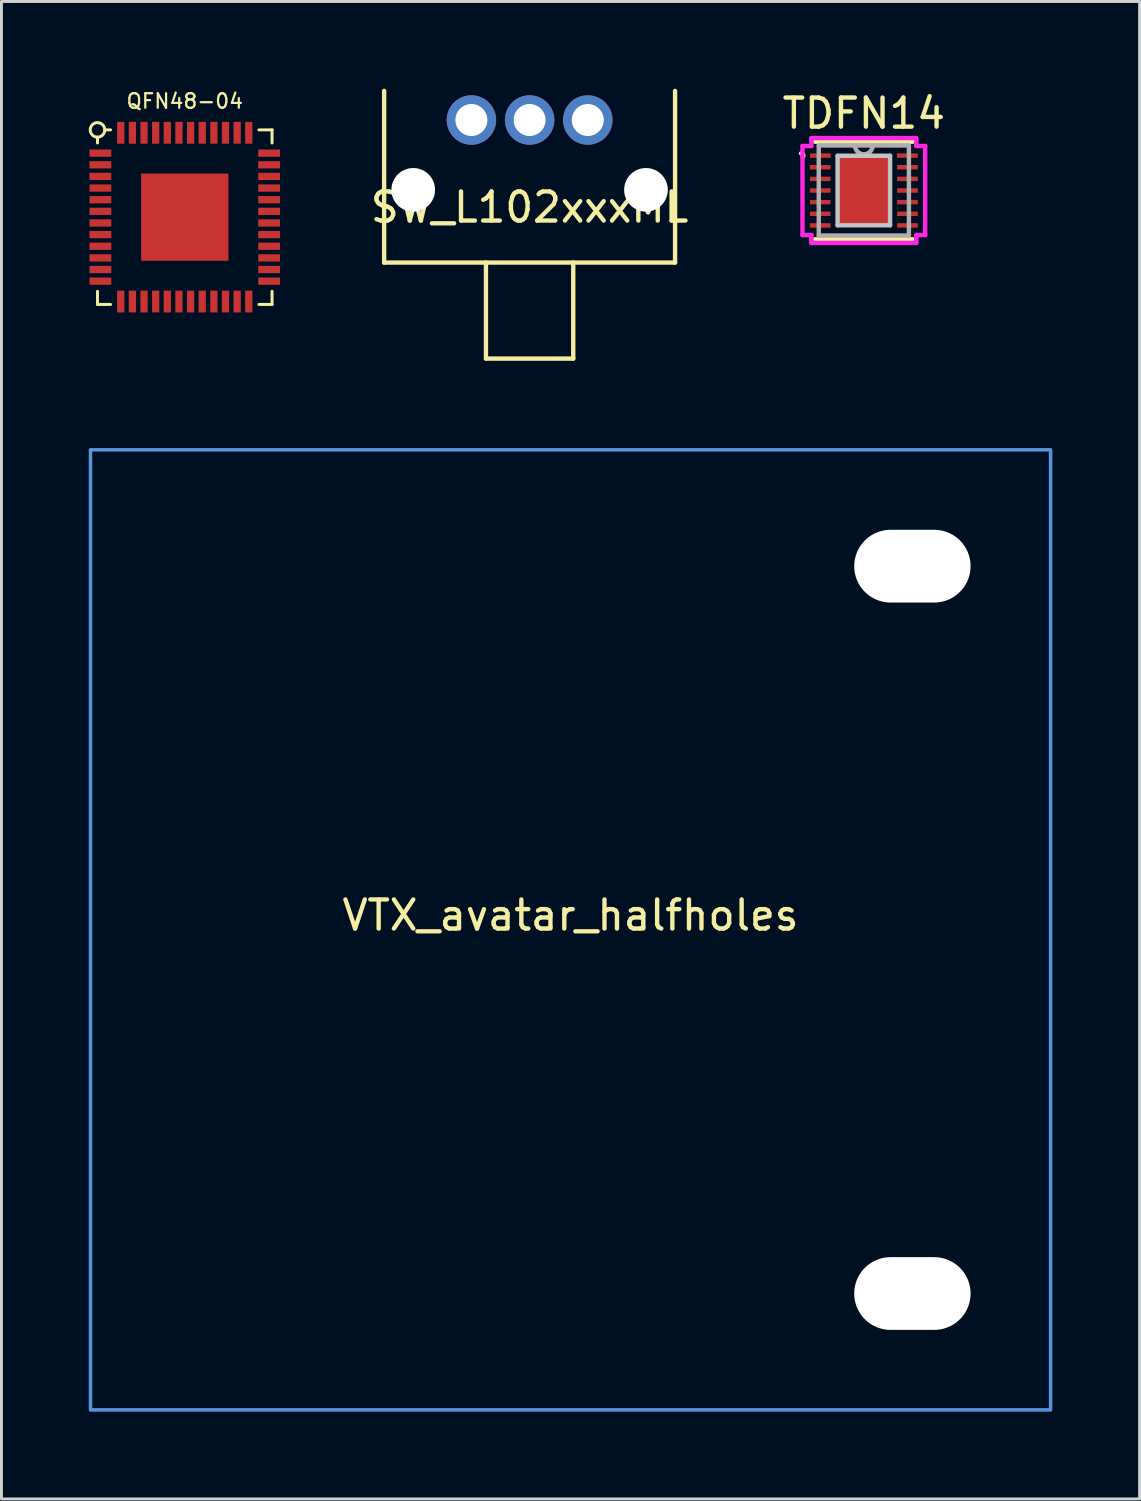
<source format=kicad_pcb>
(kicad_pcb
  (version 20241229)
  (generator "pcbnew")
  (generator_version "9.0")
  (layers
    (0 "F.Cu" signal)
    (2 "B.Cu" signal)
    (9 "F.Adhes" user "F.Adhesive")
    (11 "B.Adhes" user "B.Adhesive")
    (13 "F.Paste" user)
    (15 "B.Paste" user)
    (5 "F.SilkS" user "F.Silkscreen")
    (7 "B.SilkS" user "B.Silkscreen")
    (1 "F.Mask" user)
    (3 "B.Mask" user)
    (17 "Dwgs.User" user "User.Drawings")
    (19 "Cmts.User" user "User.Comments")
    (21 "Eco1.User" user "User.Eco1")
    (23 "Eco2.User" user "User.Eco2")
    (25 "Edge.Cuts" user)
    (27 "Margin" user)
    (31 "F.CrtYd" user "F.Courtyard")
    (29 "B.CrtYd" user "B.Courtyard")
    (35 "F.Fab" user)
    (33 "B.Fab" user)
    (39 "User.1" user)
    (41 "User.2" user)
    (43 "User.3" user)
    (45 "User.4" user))
  (footprint "TDFN14"
    (layer "F.Cu")
    (at 26.641 3.498)
    (property "Reference" "TDFN14" (at 0 -2.65 0) (layer "F.SilkS") (effects (font (size 1 1) (thickness 0.15))))
    (attr through_hole)
    (fp_line (start -1.676 1.676) (end 1.676 1.676) (stroke (width 0.152) (type solid)) (layer "F.SilkS"))
    (fp_line (start 1.676 -1.676) (end -1.676 -1.676) (stroke (width 0.152) (type solid)) (layer "F.SilkS"))
    (fp_arc (start -2.1558 -1.2762) (mid -2.086253 -1.23114) (end -2.098958 -1.149251) (stroke (width 0.1524) (type solid)) (layer "F.SilkS"))
    (fp_line (start -0.902 -1.194) (end -0.902 1.194) (stroke (width 0.152) (type solid)) (layer "Dwgs.User"))
    (fp_line (start -0.902 1.194) (end 0.902 1.194) (stroke (width 0.152) (type solid)) (layer "Dwgs.User"))
    (fp_line (start 0.902 -1.194) (end -0.902 -1.194) (stroke (width 0.152) (type solid)) (layer "Dwgs.User"))
    (fp_line (start 0.902 1.194) (end 0.902 -1.194) (stroke (width 0.152) (type solid)) (layer "Dwgs.User"))
    (fp_line (start -2.108 -1.53) (end -1.803 -1.53) (stroke (width 0.152) (type solid)) (layer "F.CrtYd"))
    (fp_line (start -2.108 1.53) (end -2.108 -1.53) (stroke (width 0.152) (type solid)) (layer "F.CrtYd"))
    (fp_line (start -1.803 -1.803) (end 1.803 -1.803) (stroke (width 0.152) (type solid)) (layer "F.CrtYd"))
    (fp_line (start -1.803 -1.53) (end -1.803 -1.803) (stroke (width 0.152) (type solid)) (layer "F.CrtYd"))
    (fp_line (start -1.803 1.53) (end -2.108 1.53) (stroke (width 0.152) (type solid)) (layer "F.CrtYd"))
    (fp_line (start -1.803 1.803) (end -1.803 1.53) (stroke (width 0.152) (type solid)) (layer "F.CrtYd"))
    (fp_line (start 1.803 -1.803) (end 1.803 -1.53) (stroke (width 0.152) (type solid)) (layer "F.CrtYd"))
    (fp_line (start 1.803 -1.53) (end 2.108 -1.53) (stroke (width 0.152) (type solid)) (layer "F.CrtYd"))
    (fp_line (start 1.803 1.53) (end 1.803 1.803) (stroke (width 0.152) (type solid)) (layer "F.CrtYd"))
    (fp_line (start 1.803 1.803) (end -1.803 1.803) (stroke (width 0.152) (type solid)) (layer "F.CrtYd"))
    (fp_line (start 2.108 -1.53) (end 2.108 1.53) (stroke (width 0.152) (type solid)) (layer "F.CrtYd"))
    (fp_line (start 2.108 1.53) (end 1.803 1.53) (stroke (width 0.152) (type solid)) (layer "F.CrtYd"))
    (fp_line (start -1.549 -1.549) (end -1.549 1.549) (stroke (width 0.152) (type solid)) (layer "F.Fab"))
    (fp_line (start -1.549 1.549) (end 1.549 1.549) (stroke (width 0.152) (type solid)) (layer "F.Fab"))
    (fp_line (start 1.549 -1.549) (end -1.549 -1.549) (stroke (width 0.152) (type solid)) (layer "F.Fab"))
    (fp_line (start 1.549 1.549) (end 1.549 -1.549) (stroke (width 0.152) (type solid)) (layer "F.Fab"))
    (fp_arc (start 0.3048 -1.5494) (mid 0 -1.2446) (end -0.3048 -1.5494) (stroke (width 0.1524) (type solid)) (layer "F.Fab"))
    (pad "1" smd rect (at -1.499 -1.2) (size 0.711 0.152) (layers "F.Cu" "F.Mask" "F.Paste"))
    (pad "2" smd rect (at -1.499 -0.8) (size 0.711 0.152) (layers "F.Cu" "F.Mask" "F.Paste"))
    (pad "3" smd rect (at -1.499 -0.4) (size 0.711 0.152) (layers "F.Cu" "F.Mask" "F.Paste"))
    (pad "4" smd rect (at -1.499 0) (size 0.711 0.152) (layers "F.Cu" "F.Mask" "F.Paste"))
    (pad "5" smd rect (at -1.499 0.4) (size 0.711 0.152) (layers "F.Cu" "F.Mask" "F.Paste"))
    (pad "6" smd rect (at -1.499 0.8) (size 0.711 0.152) (layers "F.Cu" "F.Mask" "F.Paste"))
    (pad "7" smd rect (at -1.499 1.2) (size 0.711 0.152) (layers "F.Cu" "F.Mask" "F.Paste"))
    (pad "8" smd rect (at 1.499 1.2) (size 0.711 0.152) (layers "F.Cu" "F.Mask" "F.Paste"))
    (pad "9" smd rect (at 1.499 0.8) (size 0.711 0.152) (layers "F.Cu" "F.Mask" "F.Paste"))
    (pad "10" smd rect (at 1.499 0.4) (size 0.711 0.152) (layers "F.Cu" "F.Mask" "F.Paste"))
    (pad "11" smd rect (at 1.499 0) (size 0.711 0.152) (layers "F.Cu" "F.Mask" "F.Paste"))
    (pad "12" smd rect (at 1.499 -0.4) (size 0.711 0.152) (layers "F.Cu" "F.Mask" "F.Paste"))
    (pad "13" smd rect (at 1.499 -0.8) (size 0.711 0.152) (layers "F.Cu" "F.Mask" "F.Paste"))
    (pad "14" smd rect (at 1.499 -1.2) (size 0.711 0.152) (layers "F.Cu" "F.Mask" "F.Paste"))
    (pad "PAD" smd rect (at 0 0) (size 1.803 2.388) (layers "F.Cu" "F.Mask" "F.Paste")))
  (footprint "QFN48-04"
    (layer "F.Cu")
    (at 3.301 4.414)
    (property "Reference" "QFN48-04" (at 0 -3.988 0) (layer "F.SilkS") (effects (font (size 0.5 0.5) (thickness 0.076))))
    (attr smd)
    (fp_line (start -3 -2.55) (end -3 -2.75) (stroke (width 0.102) (type solid)) (layer "F.SilkS"))
    (fp_line (start -3 2.55) (end -3 3) (stroke (width 0.102) (type solid)) (layer "F.SilkS"))
    (fp_line (start -3 3) (end -2.55 3) (stroke (width 0.102) (type solid)) (layer "F.SilkS"))
    (fp_line (start -2.75 -3) (end -2.55 -3) (stroke (width 0.102) (type solid)) (layer "F.SilkS"))
    (fp_line (start 2.55 3) (end 3 3) (stroke (width 0.102) (type solid)) (layer "F.SilkS"))
    (fp_line (start 3 -3) (end 2.55 -3) (stroke (width 0.102) (type solid)) (layer "F.SilkS"))
    (fp_line (start 3 -2.55) (end 3 -3) (stroke (width 0.102) (type solid)) (layer "F.SilkS"))
    (fp_line (start 3 3) (end 3 2.55) (stroke (width 0.102) (type solid)) (layer "F.SilkS"))
    (fp_circle (center -3 -3) (end -2.75 -3) (stroke (width 0.102) (type solid)) (fill no) (layer "F.SilkS"))
    (pad "0" smd rect (at 0 0) (size 3 3) (layers "F.Cu" "F.Mask" "F.Paste"))
    (pad "1" smd rect (at -2.9 -2.2 90) (size 0.25 0.75) (layers "F.Cu" "F.Mask" "F.Paste"))
    (pad "2" smd rect (at -2.9 -1.8 90) (size 0.25 0.75) (layers "F.Cu" "F.Mask" "F.Paste"))
    (pad "3" smd rect (at -2.9 -1.4 90) (size 0.25 0.75) (layers "F.Cu" "F.Mask" "F.Paste"))
    (pad "4" smd rect (at -2.9 -1 90) (size 0.25 0.75) (layers "F.Cu" "F.Mask" "F.Paste"))
    (pad "5" smd rect (at -2.9 -0.6 90) (size 0.25 0.75) (layers "F.Cu" "F.Mask" "F.Paste"))
    (pad "6" smd rect (at -2.9 -0.2 90) (size 0.25 0.75) (layers "F.Cu" "F.Mask" "F.Paste"))
    (pad "7" smd rect (at -2.9 0.2 90) (size 0.25 0.75) (layers "F.Cu" "F.Mask" "F.Paste"))
    (pad "8" smd rect (at -2.9 0.6 90) (size 0.25 0.75) (layers "F.Cu" "F.Mask" "F.Paste"))
    (pad "9" smd rect (at -2.9 1 90) (size 0.25 0.75) (layers "F.Cu" "F.Mask" "F.Paste"))
    (pad "10" smd rect (at -2.9 1.4 90) (size 0.25 0.75) (layers "F.Cu" "F.Mask" "F.Paste"))
    (pad "11" smd rect (at -2.9 1.8 90) (size 0.25 0.75) (layers "F.Cu" "F.Mask" "F.Paste"))
    (pad "12" smd rect (at -2.9 2.2 90) (size 0.25 0.75) (layers "F.Cu" "F.Mask" "F.Paste"))
    (pad "13" smd rect (at -2.2 2.9) (size 0.25 0.75) (layers "F.Cu" "F.Mask" "F.Paste"))
    (pad "14" smd rect (at -1.8 2.9) (size 0.25 0.75) (layers "F.Cu" "F.Mask" "F.Paste"))
    (pad "15" smd rect (at -1.4 2.9) (size 0.25 0.75) (layers "F.Cu" "F.Mask" "F.Paste"))
    (pad "16" smd rect (at -1 2.9) (size 0.25 0.75) (layers "F.Cu" "F.Mask" "F.Paste"))
    (pad "17" smd rect (at -0.6 2.9) (size 0.25 0.75) (layers "F.Cu" "F.Mask" "F.Paste"))
    (pad "18" smd rect (at -0.2 2.9) (size 0.25 0.75) (layers "F.Cu" "F.Mask" "F.Paste"))
    (pad "19" smd rect (at 0.2 2.9) (size 0.25 0.75) (layers "F.Cu" "F.Mask" "F.Paste"))
    (pad "20" smd rect (at 0.6 2.9) (size 0.25 0.75) (layers "F.Cu" "F.Mask" "F.Paste"))
    (pad "21" smd rect (at 1 2.9) (size 0.25 0.75) (layers "F.Cu" "F.Mask" "F.Paste"))
    (pad "22" smd rect (at 1.4 2.9) (size 0.25 0.75) (layers "F.Cu" "F.Mask" "F.Paste"))
    (pad "23" smd rect (at 1.8 2.9) (size 0.25 0.75) (layers "F.Cu" "F.Mask" "F.Paste"))
    (pad "24" smd rect (at 2.2 2.9) (size 0.25 0.75) (layers "F.Cu" "F.Mask" "F.Paste"))
    (pad "25" smd rect (at 2.9 2.2 270) (size 0.25 0.75) (layers "F.Cu" "F.Mask" "F.Paste"))
    (pad "26" smd rect (at 2.9 1.8 270) (size 0.25 0.75) (layers "F.Cu" "F.Mask" "F.Paste"))
    (pad "27" smd rect (at 2.9 1.4 270) (size 0.25 0.75) (layers "F.Cu" "F.Mask" "F.Paste"))
    (pad "28" smd rect (at 2.9 1 270) (size 0.25 0.75) (layers "F.Cu" "F.Mask" "F.Paste"))
    (pad "29" smd rect (at 2.9 0.6 270) (size 0.25 0.75) (layers "F.Cu" "F.Mask" "F.Paste"))
    (pad "30" smd rect (at 2.9 0.2 270) (size 0.25 0.75) (layers "F.Cu" "F.Mask" "F.Paste"))
    (pad "31" smd rect (at 2.9 -0.2 270) (size 0.25 0.75) (layers "F.Cu" "F.Mask" "F.Paste"))
    (pad "32" smd rect (at 2.9 -0.6 270) (size 0.25 0.75) (layers "F.Cu" "F.Mask" "F.Paste"))
    (pad "33" smd rect (at 2.9 -1 270) (size 0.25 0.75) (layers "F.Cu" "F.Mask" "F.Paste"))
    (pad "34" smd rect (at 2.9 -1.4 270) (size 0.25 0.75) (layers "F.Cu" "F.Mask" "F.Paste"))
    (pad "35" smd rect (at 2.9 -1.8 270) (size 0.25 0.75) (layers "F.Cu" "F.Mask" "F.Paste"))
    (pad "36" smd rect (at 2.9 -2.2 270) (size 0.25 0.75) (layers "F.Cu" "F.Mask" "F.Paste"))
    (pad "37" smd rect (at 2.2 -2.9 180) (size 0.25 0.75) (layers "F.Cu" "F.Mask" "F.Paste"))
    (pad "38" smd rect (at 1.8 -2.9 180) (size 0.25 0.75) (layers "F.Cu" "F.Mask" "F.Paste"))
    (pad "39" smd rect (at 1.4 -2.9 180) (size 0.25 0.75) (layers "F.Cu" "F.Mask" "F.Paste"))
    (pad "40" smd rect (at 1 -2.9 180) (size 0.25 0.75) (layers "F.Cu" "F.Mask" "F.Paste"))
    (pad "41" smd rect (at 0.6 -2.9 180) (size 0.25 0.75) (layers "F.Cu" "F.Mask" "F.Paste"))
    (pad "42" smd rect (at 0.2 -2.9 180) (size 0.25 0.75) (layers "F.Cu" "F.Mask" "F.Paste"))
    (pad "43" smd rect (at -0.2 -2.9 180) (size 0.25 0.75) (layers "F.Cu" "F.Mask" "F.Paste"))
    (pad "44" smd rect (at -0.6 -2.9 180) (size 0.25 0.75) (layers "F.Cu" "F.Mask" "F.Paste"))
    (pad "45" smd rect (at -1 -2.9 180) (size 0.25 0.75) (layers "F.Cu" "F.Mask" "F.Paste"))
    (pad "46" smd rect (at -1.4 -2.9 180) (size 0.25 0.75) (layers "F.Cu" "F.Mask" "F.Paste"))
    (pad "47" smd rect (at -1.8 -2.9 180) (size 0.25 0.75) (layers "F.Cu" "F.Mask" "F.Paste"))
    (pad "48" smd rect (at -2.2 -2.9 180) (size 0.25 0.75) (layers "F.Cu" "F.Mask" "F.Paste")))
  (footprint "SW_L102xxxML"
    (layer "F.Cu")
    (at 13.153 1.075)
    (property "Reference" "SW_L102xxxML" (at 2 3 0) (layer "F.SilkS") (effects (font (size 1 1) (thickness 0.15))))
    (attr through_hole)
    (fp_line (start -3 4.9) (end -3 -1) (stroke (width 0.15) (type solid)) (layer "F.SilkS"))
    (fp_line (start 0.5 4.9) (end 0.5 8.2) (stroke (width 0.15) (type solid)) (layer "F.SilkS"))
    (fp_line (start 0.5 8.2) (end 3.5 8.2) (stroke (width 0.15) (type solid)) (layer "F.SilkS"))
    (fp_line (start 3.5 8.2) (end 3.5 4.9) (stroke (width 0.15) (type solid)) (layer "F.SilkS"))
    (fp_line (start 7 -1) (end 7 4.9) (stroke (width 0.15) (type solid)) (layer "F.SilkS"))
    (fp_line (start 7 4.9) (end -3 4.9) (stroke (width 0.15) (type solid)) (layer "F.SilkS"))
    (pad "" np_thru_hole circle (at -2 2.4) (size 1.5 1.5) (drill 1.5) (layers "*.Cu" "*.Mask"))
    (pad "" np_thru_hole circle (at 6 2.4) (size 1.5 1.5) (drill 1.5) (layers "*.Cu" "*.Mask"))
    (pad "1" thru_hole circle (at 0 0) (size 1.7 1.7) (drill 1.1) (layers "*.Cu" "*.Mask"))
    (pad "2" thru_hole circle (at 2 0) (size 1.7 1.7) (drill 1.1) (layers "*.Cu" "*.Mask"))
    (pad "3" thru_hole circle (at 4 0) (size 1.7 1.7) (drill 1.1) (layers "*.Cu" "*.Mask")))
  (footprint "VTX_avatar_halfholes"
    (layer "F.Cu")
    (at 16.56 28.91)
    (property "Reference" "VTX_avatar_halfholes" (at 0 -0.5 0) (unlocked yes) (layer "F.SilkS") (effects (font (size 1 1) (thickness 0.15))))
    (attr through_hole)
    (fp_rect (start 16.5 -16.5) (end -16.5 16.5) (stroke (width 0.12) (type solid)) (fill no) (layer "Cmts.User"))
    (pad "" np_thru_hole oval (at 11.75 -12.5) (size 4 2.5) (drill oval 4 2.5) (layers "*.Cu" "*.Mask"))
    (pad "" np_thru_hole oval (at 11.75 12.5) (size 4 2.5) (drill oval 4 2.5) (layers "*.Cu" "*.Mask")))
  (gr_rect
    (start -3 -3)
    (end 36.12 48.47)
    (stroke (width 0.1) (type default))
    (fill no)
    (layer "Edge.Cuts")))
</source>
